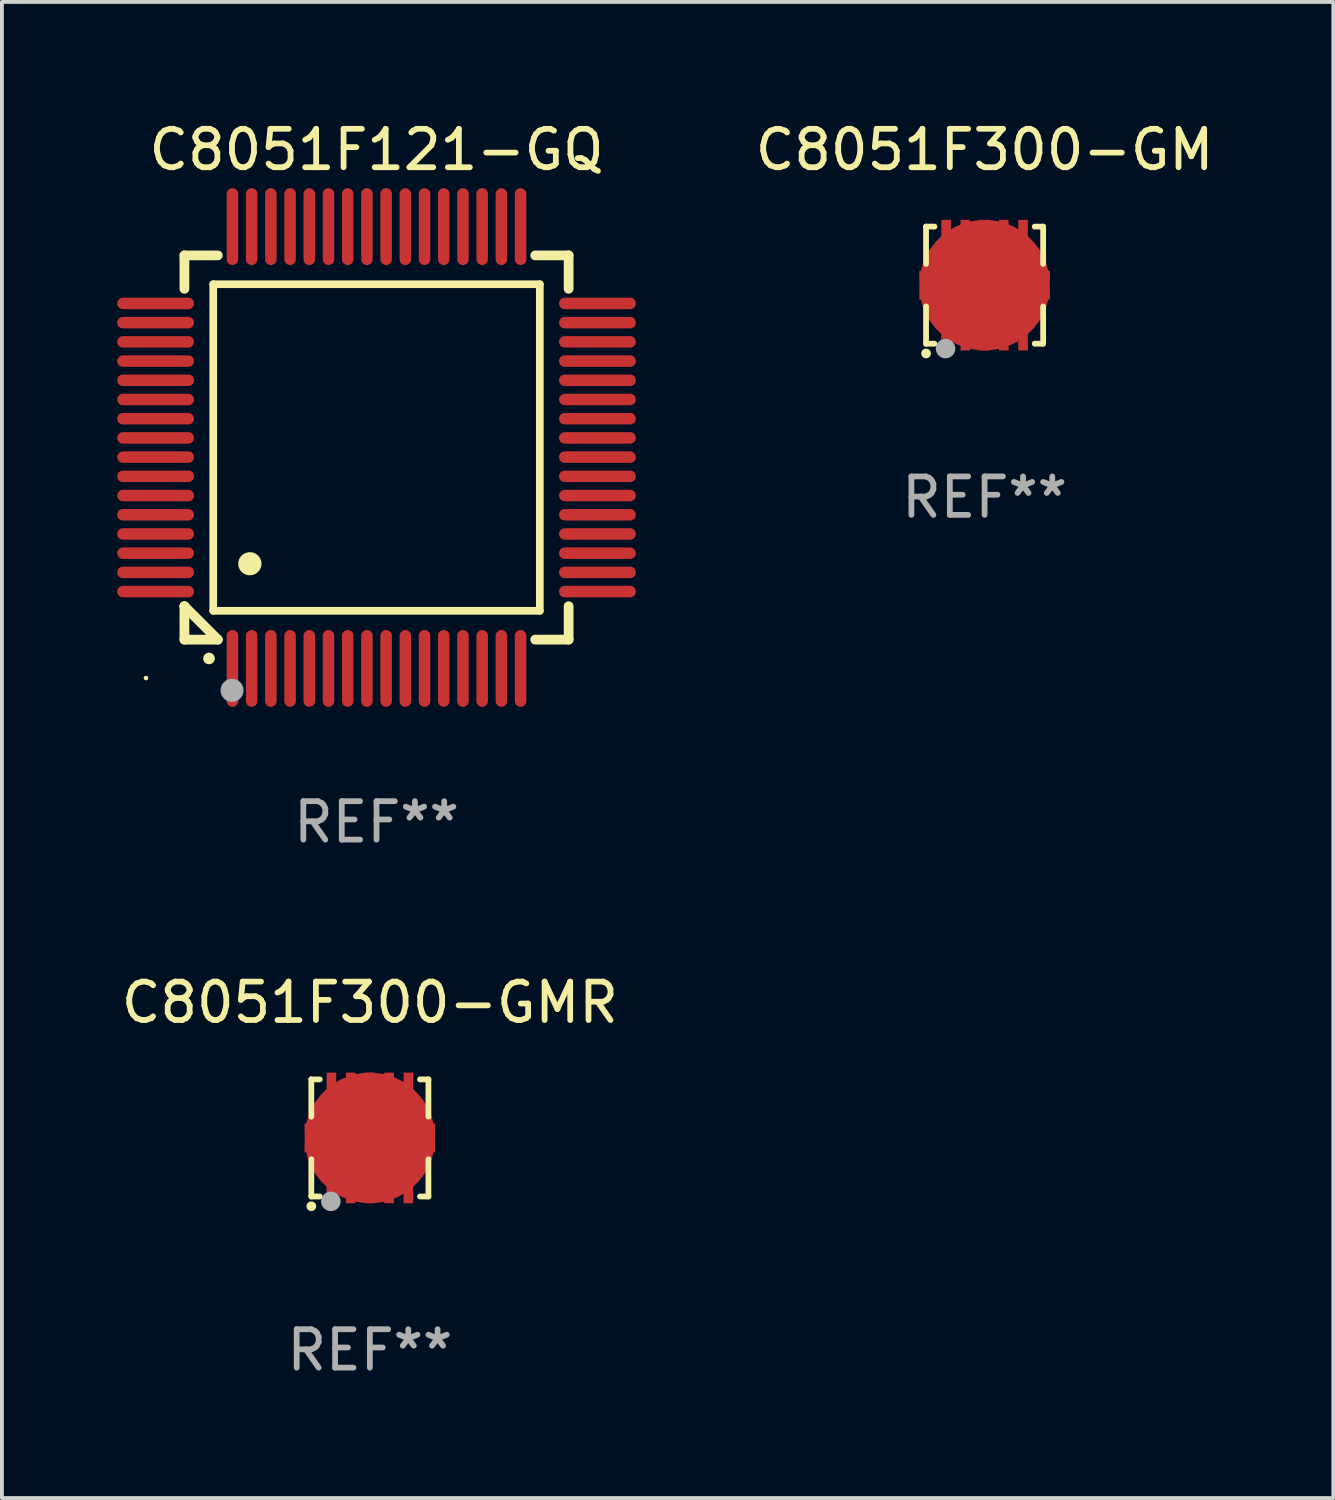
<source format=kicad_pcb>
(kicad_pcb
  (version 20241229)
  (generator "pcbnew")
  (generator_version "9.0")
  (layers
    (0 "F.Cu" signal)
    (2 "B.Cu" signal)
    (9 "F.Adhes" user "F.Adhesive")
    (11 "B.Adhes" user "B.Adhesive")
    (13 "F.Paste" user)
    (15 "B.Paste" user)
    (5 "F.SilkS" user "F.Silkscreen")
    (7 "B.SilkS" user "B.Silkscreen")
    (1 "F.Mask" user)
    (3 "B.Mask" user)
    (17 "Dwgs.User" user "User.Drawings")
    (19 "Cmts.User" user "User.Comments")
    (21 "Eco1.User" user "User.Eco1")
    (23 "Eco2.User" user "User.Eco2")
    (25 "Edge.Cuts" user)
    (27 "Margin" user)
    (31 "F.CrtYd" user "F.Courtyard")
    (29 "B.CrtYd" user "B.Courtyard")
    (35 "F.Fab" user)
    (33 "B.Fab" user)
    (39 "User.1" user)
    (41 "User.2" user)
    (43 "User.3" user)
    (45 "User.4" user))
  (footprint "C8051F121-GQ"
    (layer "F.Cu")
    (at 6.75 8.598)
    (property "Reference" "C8051F121-GQ" (at 0 -7.75 0) (layer "F.SilkS") (effects (font (size 1 1) (thickness 0.15))))
    (attr through_hole)
    (fp_line (start -5 -5) (end -4.131 -5) (stroke (width 0.254) (type solid)) (layer "F.SilkS"))
    (fp_line (start -5 -4.131) (end -5 -5) (stroke (width 0.254) (type solid)) (layer "F.SilkS"))
    (fp_line (start -5 4.131) (end -5 4.131) (stroke (width 0.254) (type solid)) (layer "F.SilkS"))
    (fp_line (start -5 5) (end -5 4.131) (stroke (width 0.254) (type solid)) (layer "F.SilkS"))
    (fp_line (start -5 4.131) (end -4.131 5) (stroke (width 0.254) (type solid)) (layer "F.SilkS"))
    (fp_line (start -4.25 -4.25) (end -4.25 4.25) (stroke (width 0.2) (type solid)) (layer "F.SilkS"))
    (fp_line (start -4.25 4.25) (end 4.25 4.25) (stroke (width 0.2) (type solid)) (layer "F.SilkS"))
    (fp_line (start -4.131 5) (end -5 5) (stroke (width 0.254) (type solid)) (layer "F.SilkS"))
    (fp_line (start 4.25 -4.25) (end -4.25 -4.25) (stroke (width 0.2) (type solid)) (layer "F.SilkS"))
    (fp_line (start 4.25 4.25) (end 4.25 -4.25) (stroke (width 0.2) (type solid)) (layer "F.SilkS"))
    (fp_line (start 5 -5) (end 4.131 -5) (stroke (width 0.254) (type solid)) (layer "F.SilkS"))
    (fp_line (start 5 -5) (end 5 -4.131) (stroke (width 0.254) (type solid)) (layer "F.SilkS"))
    (fp_line (start 5 4.131) (end 5 5) (stroke (width 0.254) (type solid)) (layer "F.SilkS"))
    (fp_line (start 5 5) (end 4.131 5) (stroke (width 0.254) (type solid)) (layer "F.SilkS"))
    (fp_arc (start -4.361265 5.489992) (mid -4.359995 5.489987) (end -4.358725 5.489992) (stroke (width 0.3) (type solid)) (layer "F.SilkS"))
    (fp_arc (start -3.299467 3.025146) (mid -3.296927 3.025135) (end -3.294387 3.025146) (stroke (width 0.6) (type solid)) (layer "F.SilkS"))
    (fp_circle (center -6 6) (end -5.97 6) (stroke (width 0.06) (type solid)) (fill no) (layer "F.SilkS"))
    (fp_circle (center -3.76 6.32) (end -3.61 6.32) (stroke (width 0.3) (type solid)) (fill no) (layer "F.Fab"))
    (fp_text user "REF**" (at 0 9.75 0) (layer "F.Fab") (effects (font (size 1 1) (thickness 0.15))))
    (pad "1" smd oval (at -3.75 5.75) (size 0.3 2) (layers "F.Cu" "F.Mask" "F.Paste"))
    (pad "2" smd oval (at -3.25 5.75) (size 0.3 2) (layers "F.Cu" "F.Mask" "F.Paste"))
    (pad "3" smd oval (at -2.75 5.75) (size 0.3 2) (layers "F.Cu" "F.Mask" "F.Paste"))
    (pad "4" smd oval (at -2.25 5.75) (size 0.3 2) (layers "F.Cu" "F.Mask" "F.Paste"))
    (pad "5" smd oval (at -1.75 5.75) (size 0.3 2) (layers "F.Cu" "F.Mask" "F.Paste"))
    (pad "6" smd oval (at -1.25 5.75) (size 0.3 2) (layers "F.Cu" "F.Mask" "F.Paste"))
    (pad "7" smd oval (at -0.75 5.75) (size 0.3 2) (layers "F.Cu" "F.Mask" "F.Paste"))
    (pad "8" smd oval (at -0.25 5.75) (size 0.3 2) (layers "F.Cu" "F.Mask" "F.Paste"))
    (pad "9" smd oval (at 0.25 5.75) (size 0.3 2) (layers "F.Cu" "F.Mask" "F.Paste"))
    (pad "10" smd oval (at 0.75 5.75) (size 0.3 2) (layers "F.Cu" "F.Mask" "F.Paste"))
    (pad "11" smd oval (at 1.25 5.75) (size 0.3 2) (layers "F.Cu" "F.Mask" "F.Paste"))
    (pad "12" smd oval (at 1.75 5.75) (size 0.3 2) (layers "F.Cu" "F.Mask" "F.Paste"))
    (pad "13" smd oval (at 2.25 5.75) (size 0.3 2) (layers "F.Cu" "F.Mask" "F.Paste"))
    (pad "14" smd oval (at 2.75 5.75) (size 0.3 2) (layers "F.Cu" "F.Mask" "F.Paste"))
    (pad "15" smd oval (at 3.25 5.75) (size 0.3 2) (layers "F.Cu" "F.Mask" "F.Paste"))
    (pad "16" smd oval (at 3.75 5.75) (size 0.3 2) (layers "F.Cu" "F.Mask" "F.Paste"))
    (pad "17" smd oval (at 5.75 3.75) (size 2 0.3) (layers "F.Cu" "F.Mask" "F.Paste"))
    (pad "18" smd oval (at 5.75 3.25) (size 2 0.3) (layers "F.Cu" "F.Mask" "F.Paste"))
    (pad "19" smd oval (at 5.75 2.75) (size 2 0.3) (layers "F.Cu" "F.Mask" "F.Paste"))
    (pad "20" smd oval (at 5.75 2.25) (size 2 0.3) (layers "F.Cu" "F.Mask" "F.Paste"))
    (pad "21" smd oval (at 5.75 1.75) (size 2 0.3) (layers "F.Cu" "F.Mask" "F.Paste"))
    (pad "22" smd oval (at 5.75 1.25) (size 2 0.3) (layers "F.Cu" "F.Mask" "F.Paste"))
    (pad "23" smd oval (at 5.75 0.75) (size 2 0.3) (layers "F.Cu" "F.Mask" "F.Paste"))
    (pad "24" smd oval (at 5.75 0.25) (size 2 0.3) (layers "F.Cu" "F.Mask" "F.Paste"))
    (pad "25" smd oval (at 5.75 -0.25) (size 2 0.3) (layers "F.Cu" "F.Mask" "F.Paste"))
    (pad "26" smd oval (at 5.75 -0.75) (size 2 0.3) (layers "F.Cu" "F.Mask" "F.Paste"))
    (pad "27" smd oval (at 5.75 -1.25) (size 2 0.3) (layers "F.Cu" "F.Mask" "F.Paste"))
    (pad "28" smd oval (at 5.75 -1.75) (size 2 0.3) (layers "F.Cu" "F.Mask" "F.Paste"))
    (pad "29" smd oval (at 5.75 -2.25) (size 2 0.3) (layers "F.Cu" "F.Mask" "F.Paste"))
    (pad "30" smd oval (at 5.75 -2.75) (size 2 0.3) (layers "F.Cu" "F.Mask" "F.Paste"))
    (pad "31" smd oval (at 5.75 -3.25) (size 2 0.3) (layers "F.Cu" "F.Mask" "F.Paste"))
    (pad "32" smd oval (at 5.75 -3.75) (size 2 0.3) (layers "F.Cu" "F.Mask" "F.Paste"))
    (pad "33" smd oval (at 3.75 -5.75) (size 0.3 2) (layers "F.Cu" "F.Mask" "F.Paste"))
    (pad "34" smd oval (at 3.25 -5.75) (size 0.3 2) (layers "F.Cu" "F.Mask" "F.Paste"))
    (pad "35" smd oval (at 2.75 -5.75) (size 0.3 2) (layers "F.Cu" "F.Mask" "F.Paste"))
    (pad "36" smd oval (at 2.25 -5.75) (size 0.3 2) (layers "F.Cu" "F.Mask" "F.Paste"))
    (pad "37" smd oval (at 1.75 -5.75) (size 0.3 2) (layers "F.Cu" "F.Mask" "F.Paste"))
    (pad "38" smd oval (at 1.25 -5.75) (size 0.3 2) (layers "F.Cu" "F.Mask" "F.Paste"))
    (pad "39" smd oval (at 0.75 -5.75) (size 0.3 2) (layers "F.Cu" "F.Mask" "F.Paste"))
    (pad "40" smd oval (at 0.25 -5.75) (size 0.3 2) (layers "F.Cu" "F.Mask" "F.Paste"))
    (pad "41" smd oval (at -0.25 -5.75) (size 0.3 2) (layers "F.Cu" "F.Mask" "F.Paste"))
    (pad "42" smd oval (at -0.75 -5.75) (size 0.3 2) (layers "F.Cu" "F.Mask" "F.Paste"))
    (pad "43" smd oval (at -1.25 -5.75) (size 0.3 2) (layers "F.Cu" "F.Mask" "F.Paste"))
    (pad "44" smd oval (at -1.75 -5.75) (size 0.3 2) (layers "F.Cu" "F.Mask" "F.Paste"))
    (pad "45" smd oval (at -2.25 -5.75) (size 0.3 2) (layers "F.Cu" "F.Mask" "F.Paste"))
    (pad "46" smd oval (at -2.75 -5.75) (size 0.3 2) (layers "F.Cu" "F.Mask" "F.Paste"))
    (pad "47" smd oval (at -3.25 -5.75) (size 0.3 2) (layers "F.Cu" "F.Mask" "F.Paste"))
    (pad "48" smd oval (at -3.75 -5.75) (size 0.3 2) (layers "F.Cu" "F.Mask" "F.Paste"))
    (pad "49" smd oval (at -5.75 -3.75) (size 2 0.3) (layers "F.Cu" "F.Mask" "F.Paste"))
    (pad "50" smd oval (at -5.75 -3.25) (size 2 0.3) (layers "F.Cu" "F.Mask" "F.Paste"))
    (pad "51" smd oval (at -5.75 -2.75) (size 2 0.3) (layers "F.Cu" "F.Mask" "F.Paste"))
    (pad "52" smd oval (at -5.75 -2.25) (size 2 0.3) (layers "F.Cu" "F.Mask" "F.Paste"))
    (pad "53" smd oval (at -5.75 -1.75) (size 2 0.3) (layers "F.Cu" "F.Mask" "F.Paste"))
    (pad "54" smd oval (at -5.75 -1.25) (size 2 0.3) (layers "F.Cu" "F.Mask" "F.Paste"))
    (pad "55" smd oval (at -5.75 -0.75) (size 2 0.3) (layers "F.Cu" "F.Mask" "F.Paste"))
    (pad "56" smd oval (at -5.75 -0.25) (size 2 0.3) (layers "F.Cu" "F.Mask" "F.Paste"))
    (pad "57" smd oval (at -5.75 0.25) (size 2 0.3) (layers "F.Cu" "F.Mask" "F.Paste"))
    (pad "58" smd oval (at -5.75 0.75) (size 2 0.3) (layers "F.Cu" "F.Mask" "F.Paste"))
    (pad "59" smd oval (at -5.75 1.25) (size 2 0.3) (layers "F.Cu" "F.Mask" "F.Paste"))
    (pad "60" smd oval (at -5.75 1.75) (size 2 0.3) (layers "F.Cu" "F.Mask" "F.Paste"))
    (pad "61" smd oval (at -5.75 2.25) (size 2 0.3) (layers "F.Cu" "F.Mask" "F.Paste"))
    (pad "62" smd oval (at -5.75 2.75) (size 2 0.3) (layers "F.Cu" "F.Mask" "F.Paste"))
    (pad "63" smd oval (at -5.75 3.25) (size 2 0.3) (layers "F.Cu" "F.Mask" "F.Paste"))
    (pad "64" smd oval (at -5.75 3.75) (size 2 0.3) (layers "F.Cu" "F.Mask" "F.Paste")))
  (footprint "C8051F300-GMR"
    (layer "F.Cu")
    (at 6.577 26.568)
    (property "Reference" "C8051F300-GMR" (at 0 -3.524 0) (layer "F.SilkS") (effects (font (size 1 1) (thickness 0.15))))
    (attr through_hole)
    (fp_line (start -1.524 -1.524) (end -1.524 -0.554) (stroke (width 0.15) (type solid)) (layer "F.SilkS"))
    (fp_line (start -1.524 0.554) (end -1.524 1.524) (stroke (width 0.15) (type solid)) (layer "F.SilkS"))
    (fp_line (start -1.524 1.524) (end -1.305 1.524) (stroke (width 0.15) (type solid)) (layer "F.SilkS"))
    (fp_line (start -1.305 -1.524) (end -1.524 -1.524) (stroke (width 0.15) (type solid)) (layer "F.SilkS"))
    (fp_line (start 1.305 1.524) (end 1.524 1.524) (stroke (width 0.15) (type solid)) (layer "F.SilkS"))
    (fp_line (start 1.524 -1.524) (end 1.305 -1.524) (stroke (width 0.15) (type solid)) (layer "F.SilkS"))
    (fp_line (start 1.524 -0.554) (end 1.524 -1.524) (stroke (width 0.15) (type solid)) (layer "F.SilkS"))
    (fp_line (start 1.524 1.524) (end 1.524 0.554) (stroke (width 0.15) (type solid)) (layer "F.SilkS"))
    (fp_arc (start -1.523901 1.777978) (mid -1.522631 1.777971) (end -1.521361 1.777978) (stroke (width 0.25) (type solid)) (layer "F.SilkS"))
    (fp_circle (center -1.5 1.501) (end -1.47 1.501) (stroke (width 0.06) (type solid)) (fill no) (layer "F.SilkS"))
    (fp_circle (center -1.016 1.651) (end -0.889 1.651) (stroke (width 0.254) (type solid)) (fill no) (layer "F.Fab"))
    (fp_text user "REF**" (at 0 5.524 0) (layer "F.Fab") (effects (font (size 1 1) (thickness 0.15))))
    (pad "1" smd rect (at -1.001 1.4 180) (size 0.25 0.6) (layers "F.Cu" "F.Mask" "F.Paste"))
    (pad "2" smd rect (at -0.5 1.4 180) (size 0.25 0.6) (layers "F.Cu" "F.Mask" "F.Paste"))
    (pad "3" smd rect (at 0.000102 1.4 180) (size 0.25 0.6) (layers "F.Cu" "F.Mask" "F.Paste"))
    (pad "4" smd rect (at 0.5 1.4 180) (size 0.25 0.6) (layers "F.Cu" "F.Mask" "F.Paste"))
    (pad "5" smd rect (at 1.001 1.4 180) (size 0.25 0.6) (layers "F.Cu" "F.Mask" "F.Paste"))
    (pad "6" smd rect (at 1.001 -1.4) (size 0.25 0.6) (layers "F.Cu" "F.Mask" "F.Paste"))
    (pad "7" smd rect (at 0.5 -1.4) (size 0.25 0.6) (layers "F.Cu" "F.Mask" "F.Paste"))
    (pad "8" smd rect (at 0.000102 -1.4) (size 0.25 0.6) (layers "F.Cu" "F.Mask" "F.Paste"))
    (pad "9" smd rect (at -0.5 -1.4) (size 0.25 0.6) (layers "F.Cu" "F.Mask" "F.Paste"))
    (pad "10" smd rect (at -1.001 -1.4) (size 0.25 0.6) (layers "F.Cu" "F.Mask" "F.Paste"))
    (pad "11" smd custom (at 0.000102 0.000102) (size 3.4 1.65) (layers "F.Cu" "F.Mask" "F.Paste") (options (anchor circle)) (primitives (gr_poly (pts (xy -1.7 0.125) (xy -1.2 0.125) (xy -1.2 -0.125) (xy -1.7 -0.125) (xy -1.7 -0.375) (xy -1.2 -0.375) (xy -1.2 -0.725) (xy 1.2 -0.725) (xy 1.2 -0.375) (xy 1.7 -0.375) (xy 1.7 -0.125) (xy 1.2 -0.125) (xy 1.2 0.125) (xy 1.7 0.125) (xy 1.7 0.375) (xy 1.2 0.375) (xy 1.2 0.725) (xy -1.2 0.725) (xy -1.2 0.375) (xy -1.7 0.375)) (width 0) (fill yes)))))
  (footprint "C8051F300-GM"
    (layer "F.Cu")
    (at 22.577 4.372)
    (property "Reference" "C8051F300-GM" (at 0 -3.524 0) (layer "F.SilkS") (effects (font (size 1 1) (thickness 0.15))))
    (attr through_hole)
    (fp_line (start -1.524 -1.524) (end -1.524 -0.554) (stroke (width 0.15) (type solid)) (layer "F.SilkS"))
    (fp_line (start -1.524 0.554) (end -1.524 1.524) (stroke (width 0.15) (type solid)) (layer "F.SilkS"))
    (fp_line (start -1.524 1.524) (end -1.305 1.524) (stroke (width 0.15) (type solid)) (layer "F.SilkS"))
    (fp_line (start -1.305 -1.524) (end -1.524 -1.524) (stroke (width 0.15) (type solid)) (layer "F.SilkS"))
    (fp_line (start 1.305 1.524) (end 1.524 1.524) (stroke (width 0.15) (type solid)) (layer "F.SilkS"))
    (fp_line (start 1.524 -1.524) (end 1.305 -1.524) (stroke (width 0.15) (type solid)) (layer "F.SilkS"))
    (fp_line (start 1.524 -0.554) (end 1.524 -1.524) (stroke (width 0.15) (type solid)) (layer "F.SilkS"))
    (fp_line (start 1.524 1.524) (end 1.524 0.554) (stroke (width 0.15) (type solid)) (layer "F.SilkS"))
    (fp_arc (start -1.523901 1.777978) (mid -1.522631 1.777971) (end -1.521361 1.777978) (stroke (width 0.25) (type solid)) (layer "F.SilkS"))
    (fp_circle (center -1.5 1.501) (end -1.47 1.501) (stroke (width 0.06) (type solid)) (fill no) (layer "F.SilkS"))
    (fp_circle (center -1.016 1.651) (end -0.889 1.651) (stroke (width 0.254) (type solid)) (fill no) (layer "F.Fab"))
    (fp_text user "REF**" (at 0 5.524 0) (layer "F.Fab") (effects (font (size 1 1) (thickness 0.15))))
    (pad "1" smd rect (at -1.001 1.4 180) (size 0.25 0.6) (layers "F.Cu" "F.Mask" "F.Paste"))
    (pad "2" smd rect (at -0.5 1.4 180) (size 0.25 0.6) (layers "F.Cu" "F.Mask" "F.Paste"))
    (pad "3" smd rect (at 0.000102 1.4 180) (size 0.25 0.6) (layers "F.Cu" "F.Mask" "F.Paste"))
    (pad "4" smd rect (at 0.5 1.4 180) (size 0.25 0.6) (layers "F.Cu" "F.Mask" "F.Paste"))
    (pad "5" smd rect (at 1.001 1.4 180) (size 0.25 0.6) (layers "F.Cu" "F.Mask" "F.Paste"))
    (pad "6" smd rect (at 1.001 -1.4) (size 0.25 0.6) (layers "F.Cu" "F.Mask" "F.Paste"))
    (pad "7" smd rect (at 0.5 -1.4) (size 0.25 0.6) (layers "F.Cu" "F.Mask" "F.Paste"))
    (pad "8" smd rect (at 0.000102 -1.4) (size 0.25 0.6) (layers "F.Cu" "F.Mask" "F.Paste"))
    (pad "9" smd rect (at -0.5 -1.4) (size 0.25 0.6) (layers "F.Cu" "F.Mask" "F.Paste"))
    (pad "10" smd rect (at -1.001 -1.4) (size 0.25 0.6) (layers "F.Cu" "F.Mask" "F.Paste"))
    (pad "11" smd custom (at 0.000102 0.000102) (size 3.4 1.65) (layers "F.Cu" "F.Mask" "F.Paste") (options (anchor circle)) (primitives (gr_poly (pts (xy -1.7 0.125) (xy -1.2 0.125) (xy -1.2 -0.125) (xy -1.7 -0.125) (xy -1.7 -0.375) (xy -1.2 -0.375) (xy -1.2 -0.725) (xy 1.2 -0.725) (xy 1.2 -0.375) (xy 1.7 -0.375) (xy 1.7 -0.125) (xy 1.2 -0.125) (xy 1.2 0.125) (xy 1.7 0.125) (xy 1.7 0.375) (xy 1.2 0.375) (xy 1.2 0.725) (xy -1.2 0.725) (xy -1.2 0.375) (xy -1.7 0.375)) (width 0) (fill yes)))))
  (gr_rect
    (start -3 -3)
    (end 31.654 35.941)
    (stroke (width 0.1) (type default))
    (fill no)
    (layer "Edge.Cuts")))
</source>
